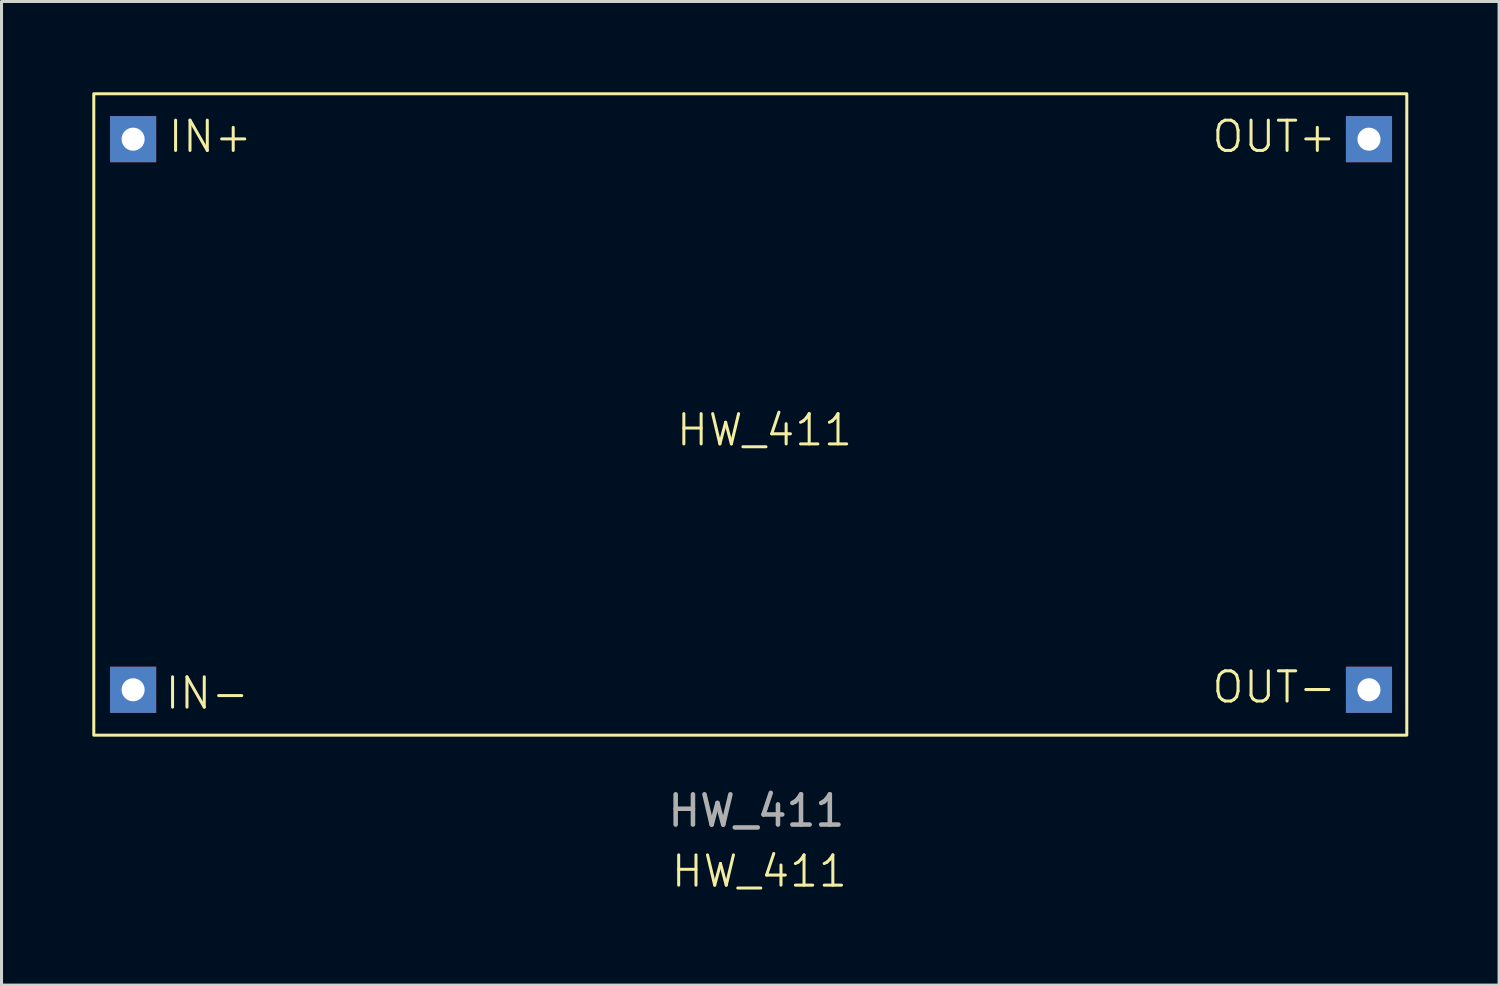
<source format=kicad_pcb>
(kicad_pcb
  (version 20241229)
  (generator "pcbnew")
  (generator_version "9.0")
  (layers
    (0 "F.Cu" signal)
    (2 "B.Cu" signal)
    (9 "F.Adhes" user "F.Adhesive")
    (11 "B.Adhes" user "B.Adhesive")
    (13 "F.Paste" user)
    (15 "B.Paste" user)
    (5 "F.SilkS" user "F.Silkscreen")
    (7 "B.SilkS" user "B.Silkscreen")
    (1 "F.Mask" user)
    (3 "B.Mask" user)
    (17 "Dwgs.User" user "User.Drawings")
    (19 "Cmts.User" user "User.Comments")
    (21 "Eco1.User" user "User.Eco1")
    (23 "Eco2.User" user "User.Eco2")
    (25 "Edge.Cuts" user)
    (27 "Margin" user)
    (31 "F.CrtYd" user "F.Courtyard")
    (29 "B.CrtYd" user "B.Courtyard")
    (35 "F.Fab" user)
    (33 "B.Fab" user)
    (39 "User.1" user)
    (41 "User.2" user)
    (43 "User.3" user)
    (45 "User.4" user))
  (footprint "HW_411"
    (layer "F.Cu")
    (at 21.95 21.25)
    (property "Reference" "HW_411" (at 0.1 4.5 0) (unlocked yes) (layer "F.SilkS") (effects (font (size 1 1) (thickness 0.1))))
    (attr through_hole)
    (fp_rect (start -21.9 -21.2) (end 21.5 0) (stroke (width 0.1) (type default)) (fill no) (layer "F.SilkS"))
    (fp_text user "IN-" (at -19.6 -0.8 0) (unlocked yes) (layer "F.SilkS") (effects (font (size 1 1) (thickness 0.1)) (justify left bottom)))
    (fp_text user "OUT+" (at 15 -19.2 0) (unlocked yes) (layer "F.SilkS") (effects (font (size 1 1) (thickness 0.1)) (justify left bottom)))
    (fp_text user "OUT-" (at 15 -1 0) (unlocked yes) (layer "F.SilkS") (effects (font (size 1 1) (thickness 0.1)) (justify left bottom)))
    (fp_text user "HW_411" (at -2.7 -9.5 0) (unlocked yes) (layer "F.SilkS") (effects (font (size 1 1) (thickness 0.1)) (justify left bottom)))
    (fp_text user "IN+" (at -19.5 -19.2 0) (unlocked yes) (layer "F.SilkS") (effects (font (size 1 1) (thickness 0.1)) (justify left bottom)))
    (fp_text user "${REFERENCE}" (at 0 2.5 0) (unlocked yes) (layer "F.Fab") (effects (font (size 1 1) (thickness 0.15))))
    (pad "1" thru_hole rect (at -20.6 -19.7) (size 1.524 1.524) (drill 0.762) (layers "*.Cu" "*.Mask"))
    (pad "2" thru_hole rect (at -20.6 -1.5) (size 1.524 1.524) (drill 0.762) (layers "*.Cu" "*.Mask"))
    (pad "3" thru_hole rect (at 20.25 -19.7) (size 1.524 1.524) (drill 0.762) (layers "*.Cu" "*.Mask"))
    (pad "4" thru_hole rect (at 20.25 -1.5) (size 1.524 1.524) (drill 0.762) (layers "*.Cu" "*.Mask")))
  (gr_rect
    (start -3 -3)
    (end 46.5 29.511)
    (stroke (width 0.1) (type default))
    (fill no)
    (layer "Edge.Cuts")))
</source>
